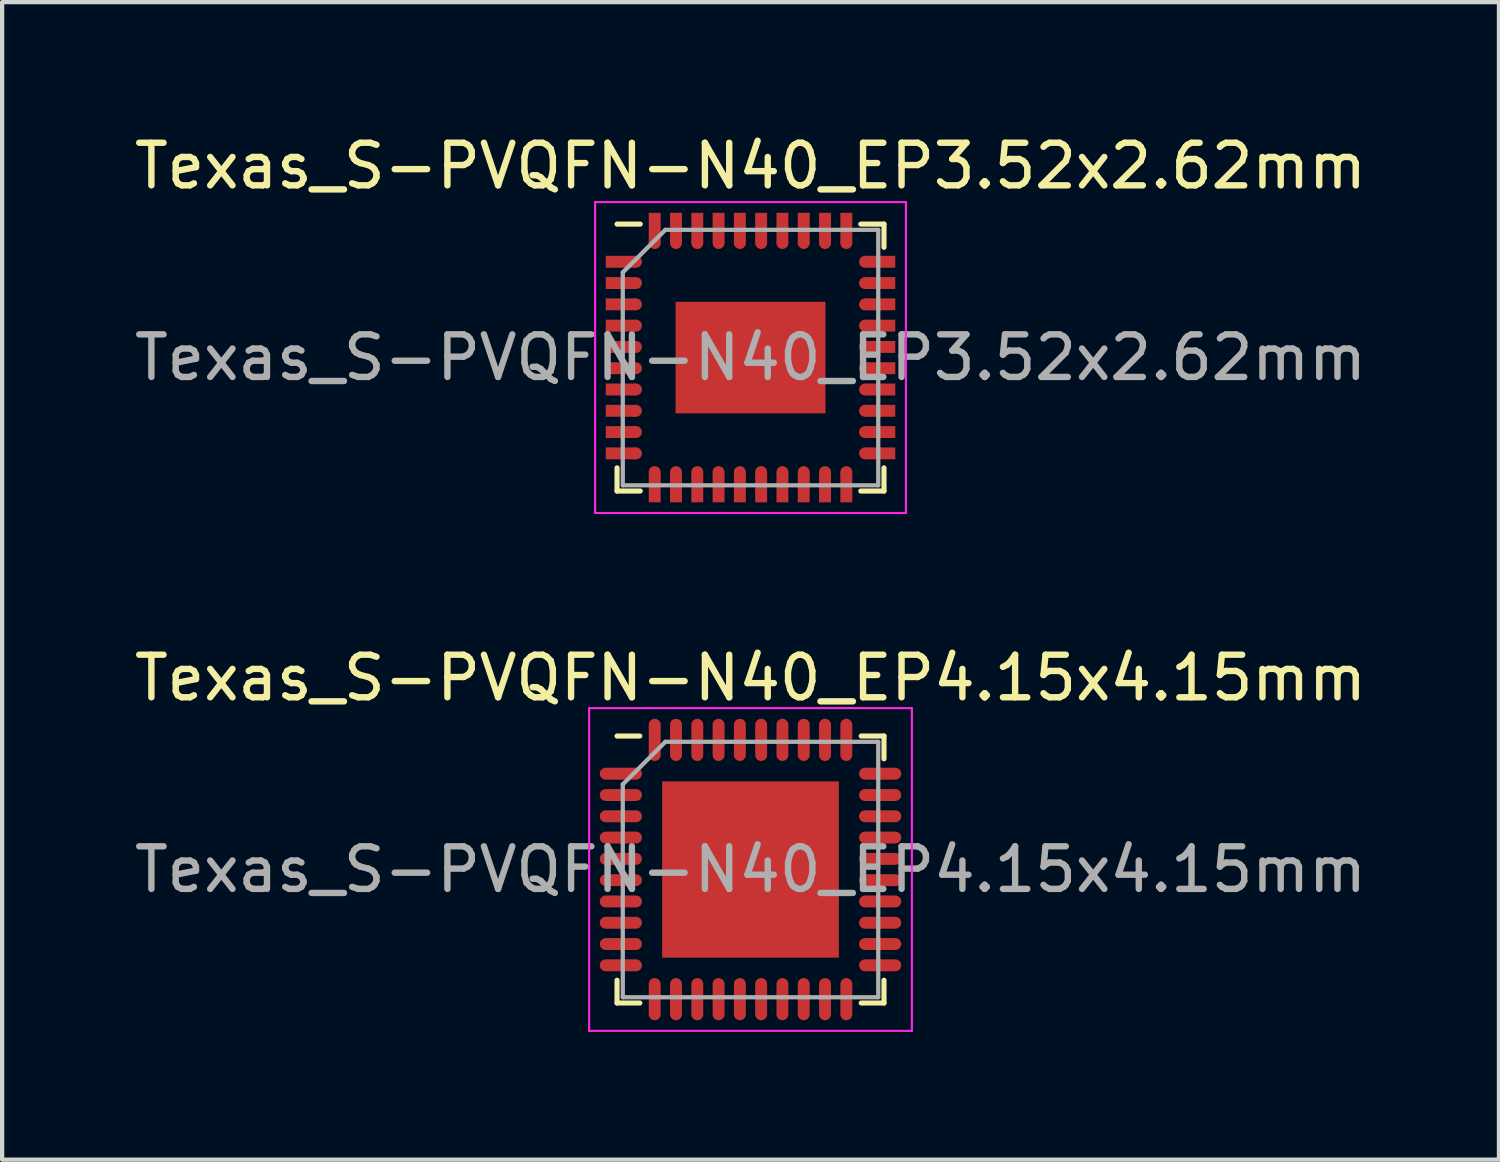
<source format=kicad_pcb>
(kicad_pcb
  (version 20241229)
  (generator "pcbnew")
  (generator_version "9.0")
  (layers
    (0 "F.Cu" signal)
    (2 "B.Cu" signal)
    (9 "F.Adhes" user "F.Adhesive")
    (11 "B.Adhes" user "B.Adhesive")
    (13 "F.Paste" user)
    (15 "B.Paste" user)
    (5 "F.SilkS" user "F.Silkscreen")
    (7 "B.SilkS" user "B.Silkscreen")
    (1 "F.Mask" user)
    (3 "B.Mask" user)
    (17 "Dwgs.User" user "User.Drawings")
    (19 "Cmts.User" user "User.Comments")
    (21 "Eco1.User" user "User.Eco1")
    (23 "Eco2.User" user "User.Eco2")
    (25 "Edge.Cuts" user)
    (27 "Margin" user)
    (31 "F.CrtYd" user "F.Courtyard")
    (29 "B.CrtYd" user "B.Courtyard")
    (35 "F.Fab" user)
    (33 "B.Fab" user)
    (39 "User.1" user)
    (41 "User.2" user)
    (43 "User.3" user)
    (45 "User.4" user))
  (footprint "Texas_S-PVQFN-N40_EP3.52x2.62mm"
    (layer "F.Cu")
    (at 14.577 5.348)
    (property "Reference" "Texas_S-PVQFN-N40_EP3.52x2.62mm" (at 0 -4.5 0) (layer "F.SilkS") (effects (font (size 1 1) (thickness 0.15))))
    (attr smd)
    (fp_line (start -3.135 -3.135) (end -2.59 -3.135) (stroke (width 0.12) (type solid)) (layer "F.SilkS"))
    (fp_line (start -3.135 2.59) (end -3.135 3.135) (stroke (width 0.12) (type solid)) (layer "F.SilkS"))
    (fp_line (start -3.135 3.135) (end -2.59 3.135) (stroke (width 0.12) (type solid)) (layer "F.SilkS"))
    (fp_line (start 3.135 -3.135) (end 2.59 -3.135) (stroke (width 0.12) (type solid)) (layer "F.SilkS"))
    (fp_line (start 3.135 -2.59) (end 3.135 -3.135) (stroke (width 0.12) (type solid)) (layer "F.SilkS"))
    (fp_line (start 3.135 2.59) (end 3.135 3.135) (stroke (width 0.12) (type solid)) (layer "F.SilkS"))
    (fp_line (start 3.135 3.135) (end 2.59 3.135) (stroke (width 0.12) (type solid)) (layer "F.SilkS"))
    (fp_line (start -3.65 -3.65) (end -3.65 3.65) (stroke (width 0.05) (type solid)) (layer "F.CrtYd"))
    (fp_line (start -3.65 3.65) (end 3.65 3.65) (stroke (width 0.05) (type solid)) (layer "F.CrtYd"))
    (fp_line (start 3.65 -3.65) (end -3.65 -3.65) (stroke (width 0.05) (type solid)) (layer "F.CrtYd"))
    (fp_line (start 3.65 3.65) (end 3.65 -3.65) (stroke (width 0.05) (type solid)) (layer "F.CrtYd"))
    (fp_line (start -3 -2) (end -3 3) (stroke (width 0.1) (type solid)) (layer "F.Fab"))
    (fp_line (start -3 3) (end 3 3) (stroke (width 0.1) (type solid)) (layer "F.Fab"))
    (fp_line (start -2 -3) (end -3 -2) (stroke (width 0.1) (type solid)) (layer "F.Fab"))
    (fp_line (start 3 -3) (end -2 -3) (stroke (width 0.1) (type solid)) (layer "F.Fab"))
    (fp_line (start 3 3) (end 3 -3) (stroke (width 0.1) (type solid)) (layer "F.Fab"))
    (fp_text user "${REFERENCE}" (at 0 0 0) (layer "F.Fab") (effects (font (size 1 1) (thickness 0.15))))
    (pad "" smd rect (at -0.9 -0.65) (size 1.5 1) (layers "F.Paste"))
    (pad "" smd rect (at -0.9 0.65) (size 1.5 1) (layers "F.Paste"))
    (pad "" smd rect (at 0.9 -0.65) (size 1.5 1) (layers "F.Paste"))
    (pad "" smd rect (at 0.9 0.65) (size 1.5 1) (layers "F.Paste"))
    (pad "1" smd rect (at -3.045 -2.25) (size 0.71 0.28) (layers "F.Cu" "F.Mask" "F.Paste"))
    (pad "1" smd circle (at -2.69 -2.25) (size 0.28 0.28) (layers "F.Cu" "F.Mask" "F.Paste"))
    (pad "2" smd rect (at -3.045 -1.75) (size 0.71 0.28) (layers "F.Cu" "F.Mask" "F.Paste"))
    (pad "2" smd circle (at -2.69 -1.75) (size 0.28 0.28) (layers "F.Cu" "F.Mask" "F.Paste"))
    (pad "3" smd rect (at -3.045 -1.25) (size 0.71 0.28) (layers "F.Cu" "F.Mask" "F.Paste"))
    (pad "3" smd circle (at -2.69 -1.25) (size 0.28 0.28) (layers "F.Cu" "F.Mask" "F.Paste"))
    (pad "4" smd rect (at -3.045 -0.75) (size 0.71 0.28) (layers "F.Cu" "F.Mask" "F.Paste"))
    (pad "4" smd circle (at -2.69 -0.75) (size 0.28 0.28) (layers "F.Cu" "F.Mask" "F.Paste"))
    (pad "5" smd rect (at -3.045 -0.25) (size 0.71 0.28) (layers "F.Cu" "F.Mask" "F.Paste"))
    (pad "5" smd circle (at -2.69 -0.25) (size 0.28 0.28) (layers "F.Cu" "F.Mask" "F.Paste"))
    (pad "6" smd rect (at -3.045 0.25) (size 0.71 0.28) (layers "F.Cu" "F.Mask" "F.Paste"))
    (pad "6" smd circle (at -2.69 0.25) (size 0.28 0.28) (layers "F.Cu" "F.Mask" "F.Paste"))
    (pad "7" smd rect (at -3.045 0.75) (size 0.71 0.28) (layers "F.Cu" "F.Mask" "F.Paste"))
    (pad "7" smd circle (at -2.69 0.75) (size 0.28 0.28) (layers "F.Cu" "F.Mask" "F.Paste"))
    (pad "8" smd rect (at -3.045 1.25) (size 0.71 0.28) (layers "F.Cu" "F.Mask" "F.Paste"))
    (pad "8" smd circle (at -2.69 1.25) (size 0.28 0.28) (layers "F.Cu" "F.Mask" "F.Paste"))
    (pad "9" smd rect (at -3.045 1.75) (size 0.71 0.28) (layers "F.Cu" "F.Mask" "F.Paste"))
    (pad "9" smd circle (at -2.69 1.75) (size 0.28 0.28) (layers "F.Cu" "F.Mask" "F.Paste"))
    (pad "10" smd rect (at -3.045 2.25) (size 0.71 0.28) (layers "F.Cu" "F.Mask" "F.Paste"))
    (pad "10" smd circle (at -2.69 2.25) (size 0.28 0.28) (layers "F.Cu" "F.Mask" "F.Paste"))
    (pad "11" smd circle (at -2.25 2.69) (size 0.28 0.28) (layers "F.Cu" "F.Mask" "F.Paste"))
    (pad "11" smd rect (at -2.25 3.045) (size 0.28 0.71) (layers "F.Cu" "F.Mask" "F.Paste"))
    (pad "12" smd circle (at -1.75 2.69) (size 0.28 0.28) (layers "F.Cu" "F.Mask" "F.Paste"))
    (pad "12" smd rect (at -1.75 3.045) (size 0.28 0.71) (layers "F.Cu" "F.Mask" "F.Paste"))
    (pad "13" smd circle (at -1.25 2.69) (size 0.28 0.28) (layers "F.Cu" "F.Mask" "F.Paste"))
    (pad "13" smd rect (at -1.25 3.045) (size 0.28 0.71) (layers "F.Cu" "F.Mask" "F.Paste"))
    (pad "14" smd circle (at -0.75 2.69) (size 0.28 0.28) (layers "F.Cu" "F.Mask" "F.Paste"))
    (pad "14" smd rect (at -0.75 3.045) (size 0.28 0.71) (layers "F.Cu" "F.Mask" "F.Paste"))
    (pad "15" smd circle (at -0.25 2.69) (size 0.28 0.28) (layers "F.Cu" "F.Mask" "F.Paste"))
    (pad "15" smd rect (at -0.25 3.045) (size 0.28 0.71) (layers "F.Cu" "F.Mask" "F.Paste"))
    (pad "16" smd circle (at 0.25 2.69) (size 0.28 0.28) (layers "F.Cu" "F.Mask" "F.Paste"))
    (pad "16" smd rect (at 0.25 3.045) (size 0.28 0.71) (layers "F.Cu" "F.Mask" "F.Paste"))
    (pad "17" smd circle (at 0.75 2.69) (size 0.28 0.28) (layers "F.Cu" "F.Mask" "F.Paste"))
    (pad "17" smd rect (at 0.75 3.045) (size 0.28 0.71) (layers "F.Cu" "F.Mask" "F.Paste"))
    (pad "18" smd circle (at 1.25 2.69) (size 0.28 0.28) (layers "F.Cu" "F.Mask" "F.Paste"))
    (pad "18" smd rect (at 1.25 3.045) (size 0.28 0.71) (layers "F.Cu" "F.Mask" "F.Paste"))
    (pad "19" smd circle (at 1.75 2.69) (size 0.28 0.28) (layers "F.Cu" "F.Mask" "F.Paste"))
    (pad "19" smd rect (at 1.75 3.045) (size 0.28 0.71) (layers "F.Cu" "F.Mask" "F.Paste"))
    (pad "20" smd circle (at 2.25 2.69) (size 0.28 0.28) (layers "F.Cu" "F.Mask" "F.Paste"))
    (pad "20" smd rect (at 2.25 3.045) (size 0.28 0.71) (layers "F.Cu" "F.Mask" "F.Paste"))
    (pad "21" smd circle (at 2.69 2.25) (size 0.28 0.28) (layers "F.Cu" "F.Mask" "F.Paste"))
    (pad "21" smd rect (at 3.045 2.25) (size 0.71 0.28) (layers "F.Cu" "F.Mask" "F.Paste"))
    (pad "22" smd circle (at 2.69 1.75) (size 0.28 0.28) (layers "F.Cu" "F.Mask" "F.Paste"))
    (pad "22" smd rect (at 3.045 1.75) (size 0.71 0.28) (layers "F.Cu" "F.Mask" "F.Paste"))
    (pad "23" smd circle (at 2.69 1.25) (size 0.28 0.28) (layers "F.Cu" "F.Mask" "F.Paste"))
    (pad "23" smd rect (at 3.045 1.25) (size 0.71 0.28) (layers "F.Cu" "F.Mask" "F.Paste"))
    (pad "24" smd circle (at 2.69 0.75) (size 0.28 0.28) (layers "F.Cu" "F.Mask" "F.Paste"))
    (pad "24" smd rect (at 3.045 0.75) (size 0.71 0.28) (layers "F.Cu" "F.Mask" "F.Paste"))
    (pad "25" smd circle (at 2.69 0.25) (size 0.28 0.28) (layers "F.Cu" "F.Mask" "F.Paste"))
    (pad "25" smd rect (at 3.045 0.25) (size 0.71 0.28) (layers "F.Cu" "F.Mask" "F.Paste"))
    (pad "26" smd circle (at 2.69 -0.25) (size 0.28 0.28) (layers "F.Cu" "F.Mask" "F.Paste"))
    (pad "26" smd rect (at 3.045 -0.25) (size 0.71 0.28) (layers "F.Cu" "F.Mask" "F.Paste"))
    (pad "27" smd circle (at 2.69 -0.75) (size 0.28 0.28) (layers "F.Cu" "F.Mask" "F.Paste"))
    (pad "27" smd rect (at 3.045 -0.75) (size 0.71 0.28) (layers "F.Cu" "F.Mask" "F.Paste"))
    (pad "28" smd circle (at 2.69 -1.25) (size 0.28 0.28) (layers "F.Cu" "F.Mask" "F.Paste"))
    (pad "28" smd rect (at 3.045 -1.25) (size 0.71 0.28) (layers "F.Cu" "F.Mask" "F.Paste"))
    (pad "29" smd circle (at 2.69 -1.75) (size 0.28 0.28) (layers "F.Cu" "F.Mask" "F.Paste"))
    (pad "29" smd rect (at 3.045 -1.75) (size 0.71 0.28) (layers "F.Cu" "F.Mask" "F.Paste"))
    (pad "30" smd circle (at 2.69 -2.25) (size 0.28 0.28) (layers "F.Cu" "F.Mask" "F.Paste"))
    (pad "30" smd rect (at 3.045 -2.25) (size 0.71 0.28) (layers "F.Cu" "F.Mask" "F.Paste"))
    (pad "31" smd rect (at 2.25 -3.045) (size 0.28 0.71) (layers "F.Cu" "F.Mask" "F.Paste"))
    (pad "31" smd circle (at 2.25 -2.69) (size 0.28 0.28) (layers "F.Cu" "F.Mask" "F.Paste"))
    (pad "32" smd rect (at 1.75 -3.045) (size 0.28 0.71) (layers "F.Cu" "F.Mask" "F.Paste"))
    (pad "32" smd circle (at 1.75 -2.69) (size 0.28 0.28) (layers "F.Cu" "F.Mask" "F.Paste"))
    (pad "33" smd rect (at 1.25 -3.045) (size 0.28 0.71) (layers "F.Cu" "F.Mask" "F.Paste"))
    (pad "33" smd circle (at 1.25 -2.69) (size 0.28 0.28) (layers "F.Cu" "F.Mask" "F.Paste"))
    (pad "34" smd rect (at 0.75 -3.045) (size 0.28 0.71) (layers "F.Cu" "F.Mask" "F.Paste"))
    (pad "34" smd circle (at 0.75 -2.69) (size 0.28 0.28) (layers "F.Cu" "F.Mask" "F.Paste"))
    (pad "35" smd rect (at 0.25 -3.045) (size 0.28 0.71) (layers "F.Cu" "F.Mask" "F.Paste"))
    (pad "35" smd circle (at 0.25 -2.69) (size 0.28 0.28) (layers "F.Cu" "F.Mask" "F.Paste"))
    (pad "36" smd rect (at -0.25 -3.045) (size 0.28 0.71) (layers "F.Cu" "F.Mask" "F.Paste"))
    (pad "36" smd circle (at -0.25 -2.69) (size 0.28 0.28) (layers "F.Cu" "F.Mask" "F.Paste"))
    (pad "37" smd rect (at -0.75 -3.045) (size 0.28 0.71) (layers "F.Cu" "F.Mask" "F.Paste"))
    (pad "37" smd circle (at -0.75 -2.69) (size 0.28 0.28) (layers "F.Cu" "F.Mask" "F.Paste"))
    (pad "38" smd rect (at -1.25 -3.045) (size 0.28 0.71) (layers "F.Cu" "F.Mask" "F.Paste"))
    (pad "38" smd circle (at -1.25 -2.69) (size 0.28 0.28) (layers "F.Cu" "F.Mask" "F.Paste"))
    (pad "39" smd rect (at -1.75 -3.045) (size 0.28 0.71) (layers "F.Cu" "F.Mask" "F.Paste"))
    (pad "39" smd circle (at -1.75 -2.69) (size 0.28 0.28) (layers "F.Cu" "F.Mask" "F.Paste"))
    (pad "40" smd rect (at -2.25 -3.045) (size 0.28 0.71) (layers "F.Cu" "F.Mask" "F.Paste"))
    (pad "40" smd circle (at -2.25 -2.69) (size 0.28 0.28) (layers "F.Cu" "F.Mask" "F.Paste"))
    (pad "41" smd rect (at 0 0) (size 3.52 2.62) (layers "F.Cu" "F.Mask")))
  (footprint "Texas_S-PVQFN-N40_EP4.15x4.15mm"
    (layer "F.Cu")
    (at 14.577 17.372)
    (property "Reference" "Texas_S-PVQFN-N40_EP4.15x4.15mm" (at 0 -4.5 0) (layer "F.SilkS") (effects (font (size 1 1) (thickness 0.15))))
    (attr smd)
    (fp_line (start -3.135 2.6) (end -3.135 3.135) (stroke (width 0.12) (type solid)) (layer "F.SilkS"))
    (fp_line (start -3.135 3.135) (end -2.6 3.135) (stroke (width 0.12) (type solid)) (layer "F.SilkS"))
    (fp_line (start -2.6 -3.135) (end -3.135 -3.135) (stroke (width 0.12) (type solid)) (layer "F.SilkS"))
    (fp_line (start 2.6 3.135) (end 3.135 3.135) (stroke (width 0.12) (type solid)) (layer "F.SilkS"))
    (fp_line (start 3.135 -3.135) (end 2.6 -3.135) (stroke (width 0.12) (type solid)) (layer "F.SilkS"))
    (fp_line (start 3.135 -2.6) (end 3.135 -3.135) (stroke (width 0.12) (type solid)) (layer "F.SilkS"))
    (fp_line (start 3.135 3.135) (end 3.135 2.6) (stroke (width 0.12) (type solid)) (layer "F.SilkS"))
    (fp_line (start -3.79 -3.79) (end -3.79 3.79) (stroke (width 0.05) (type solid)) (layer "F.CrtYd"))
    (fp_line (start -3.79 3.79) (end 3.79 3.79) (stroke (width 0.05) (type solid)) (layer "F.CrtYd"))
    (fp_line (start 3.79 -3.79) (end -3.79 -3.79) (stroke (width 0.05) (type solid)) (layer "F.CrtYd"))
    (fp_line (start 3.79 3.79) (end 3.79 -3.79) (stroke (width 0.05) (type solid)) (layer "F.CrtYd"))
    (fp_line (start -3 -2) (end -3 3) (stroke (width 0.1) (type solid)) (layer "F.Fab"))
    (fp_line (start -3 3) (end 3 3) (stroke (width 0.1) (type solid)) (layer "F.Fab"))
    (fp_line (start -2 -3) (end -3 -2) (stroke (width 0.1) (type solid)) (layer "F.Fab"))
    (fp_line (start 3 -3) (end -2 -3) (stroke (width 0.1) (type solid)) (layer "F.Fab"))
    (fp_line (start 3 3) (end 3 -3) (stroke (width 0.1) (type solid)) (layer "F.Fab"))
    (fp_text user "${REFERENCE}" (at 0 0 0) (layer "F.Fab") (effects (font (size 1 1) (thickness 0.15))))
    (pad "" smd rect (at -1.45 -1.45) (size 1.15 1.15) (layers "F.Paste"))
    (pad "" smd rect (at -1.45 0) (size 1.15 1.15) (layers "F.Paste"))
    (pad "" smd rect (at -1.45 1.45) (size 1.15 1.15) (layers "F.Paste"))
    (pad "" smd rect (at 0 -1.45) (size 1.15 1.15) (layers "F.Paste"))
    (pad "" smd rect (at 0 0) (size 1.15 1.15) (layers "F.Paste"))
    (pad "" smd rect (at 0 1.45) (size 1.15 1.15) (layers "F.Paste"))
    (pad "" smd rect (at 1.45 -1.45) (size 1.15 1.15) (layers "F.Paste"))
    (pad "" smd rect (at 1.45 0) (size 1.15 1.15) (layers "F.Paste"))
    (pad "" smd rect (at 1.45 1.45) (size 1.15 1.15) (layers "F.Paste"))
    (pad "1" smd oval (at -3.045 -2.25) (size 0.99 0.28) (layers "F.Cu" "F.Mask" "F.Paste"))
    (pad "2" smd oval (at -3.045 -1.75) (size 0.99 0.28) (layers "F.Cu" "F.Mask" "F.Paste"))
    (pad "3" smd oval (at -3.045 -1.25) (size 0.99 0.28) (layers "F.Cu" "F.Mask" "F.Paste"))
    (pad "4" smd oval (at -3.045 -0.75) (size 0.99 0.28) (layers "F.Cu" "F.Mask" "F.Paste"))
    (pad "5" smd oval (at -3.045 -0.25) (size 0.99 0.28) (layers "F.Cu" "F.Mask" "F.Paste"))
    (pad "6" smd oval (at -3.045 0.25) (size 0.99 0.28) (layers "F.Cu" "F.Mask" "F.Paste"))
    (pad "7" smd oval (at -3.045 0.75) (size 0.99 0.28) (layers "F.Cu" "F.Mask" "F.Paste"))
    (pad "8" smd oval (at -3.045 1.25) (size 0.99 0.28) (layers "F.Cu" "F.Mask" "F.Paste"))
    (pad "9" smd oval (at -3.045 1.75) (size 0.99 0.28) (layers "F.Cu" "F.Mask" "F.Paste"))
    (pad "10" smd oval (at -3.045 2.25) (size 0.99 0.28) (layers "F.Cu" "F.Mask" "F.Paste"))
    (pad "11" smd oval (at -2.25 3.045) (size 0.28 0.99) (layers "F.Cu" "F.Mask" "F.Paste"))
    (pad "12" smd oval (at -1.75 3.045) (size 0.28 0.99) (layers "F.Cu" "F.Mask" "F.Paste"))
    (pad "13" smd oval (at -1.25 3.045) (size 0.28 0.99) (layers "F.Cu" "F.Mask" "F.Paste"))
    (pad "14" smd oval (at -0.75 3.045) (size 0.28 0.99) (layers "F.Cu" "F.Mask" "F.Paste"))
    (pad "15" smd oval (at -0.25 3.045) (size 0.28 0.99) (layers "F.Cu" "F.Mask" "F.Paste"))
    (pad "16" smd oval (at 0.25 3.045) (size 0.28 0.99) (layers "F.Cu" "F.Mask" "F.Paste"))
    (pad "17" smd oval (at 0.75 3.045) (size 0.28 0.99) (layers "F.Cu" "F.Mask" "F.Paste"))
    (pad "18" smd oval (at 1.25 3.045) (size 0.28 0.99) (layers "F.Cu" "F.Mask" "F.Paste"))
    (pad "19" smd oval (at 1.75 3.045) (size 0.28 0.99) (layers "F.Cu" "F.Mask" "F.Paste"))
    (pad "20" smd oval (at 2.25 3.045) (size 0.28 0.99) (layers "F.Cu" "F.Mask" "F.Paste"))
    (pad "21" smd oval (at 3.045 2.25) (size 0.99 0.28) (layers "F.Cu" "F.Mask" "F.Paste"))
    (pad "22" smd oval (at 3.045 1.75) (size 0.99 0.28) (layers "F.Cu" "F.Mask" "F.Paste"))
    (pad "23" smd oval (at 3.045 1.25) (size 0.99 0.28) (layers "F.Cu" "F.Mask" "F.Paste"))
    (pad "24" smd oval (at 3.045 0.75) (size 0.99 0.28) (layers "F.Cu" "F.Mask" "F.Paste"))
    (pad "25" smd oval (at 3.045 0.25) (size 0.99 0.28) (layers "F.Cu" "F.Mask" "F.Paste"))
    (pad "26" smd oval (at 3.045 -0.25) (size 0.99 0.28) (layers "F.Cu" "F.Mask" "F.Paste"))
    (pad "27" smd oval (at 3.045 -0.75) (size 0.99 0.28) (layers "F.Cu" "F.Mask" "F.Paste"))
    (pad "28" smd oval (at 3.045 -1.25) (size 0.99 0.28) (layers "F.Cu" "F.Mask" "F.Paste"))
    (pad "29" smd oval (at 3.045 -1.75) (size 0.99 0.28) (layers "F.Cu" "F.Mask" "F.Paste"))
    (pad "30" smd oval (at 3.045 -2.25) (size 0.99 0.28) (layers "F.Cu" "F.Mask" "F.Paste"))
    (pad "31" smd oval (at 2.25 -3.045) (size 0.28 0.99) (layers "F.Cu" "F.Mask" "F.Paste"))
    (pad "32" smd oval (at 1.75 -3.045) (size 0.28 0.99) (layers "F.Cu" "F.Mask" "F.Paste"))
    (pad "33" smd oval (at 1.25 -3.045) (size 0.28 0.99) (layers "F.Cu" "F.Mask" "F.Paste"))
    (pad "34" smd oval (at 0.75 -3.045) (size 0.28 0.99) (layers "F.Cu" "F.Mask" "F.Paste"))
    (pad "35" smd oval (at 0.25 -3.045) (size 0.28 0.99) (layers "F.Cu" "F.Mask" "F.Paste"))
    (pad "36" smd oval (at -0.25 -3.045) (size 0.28 0.99) (layers "F.Cu" "F.Mask" "F.Paste"))
    (pad "37" smd oval (at -0.75 -3.045) (size 0.28 0.99) (layers "F.Cu" "F.Mask" "F.Paste"))
    (pad "38" smd oval (at -1.25 -3.045) (size 0.28 0.99) (layers "F.Cu" "F.Mask" "F.Paste"))
    (pad "39" smd oval (at -1.75 -3.045) (size 0.28 0.99) (layers "F.Cu" "F.Mask" "F.Paste"))
    (pad "40" smd oval (at -2.25 -3.045) (size 0.28 0.99) (layers "F.Cu" "F.Mask" "F.Paste"))
    (pad "41" smd rect (at 0 0) (size 4.15 4.14) (layers "F.Cu" "F.Mask")))
  (gr_rect
    (start -3 -3)
    (end 32.155 24.186)
    (stroke (width 0.1) (type default))
    (fill no)
    (layer "Edge.Cuts")))
</source>
